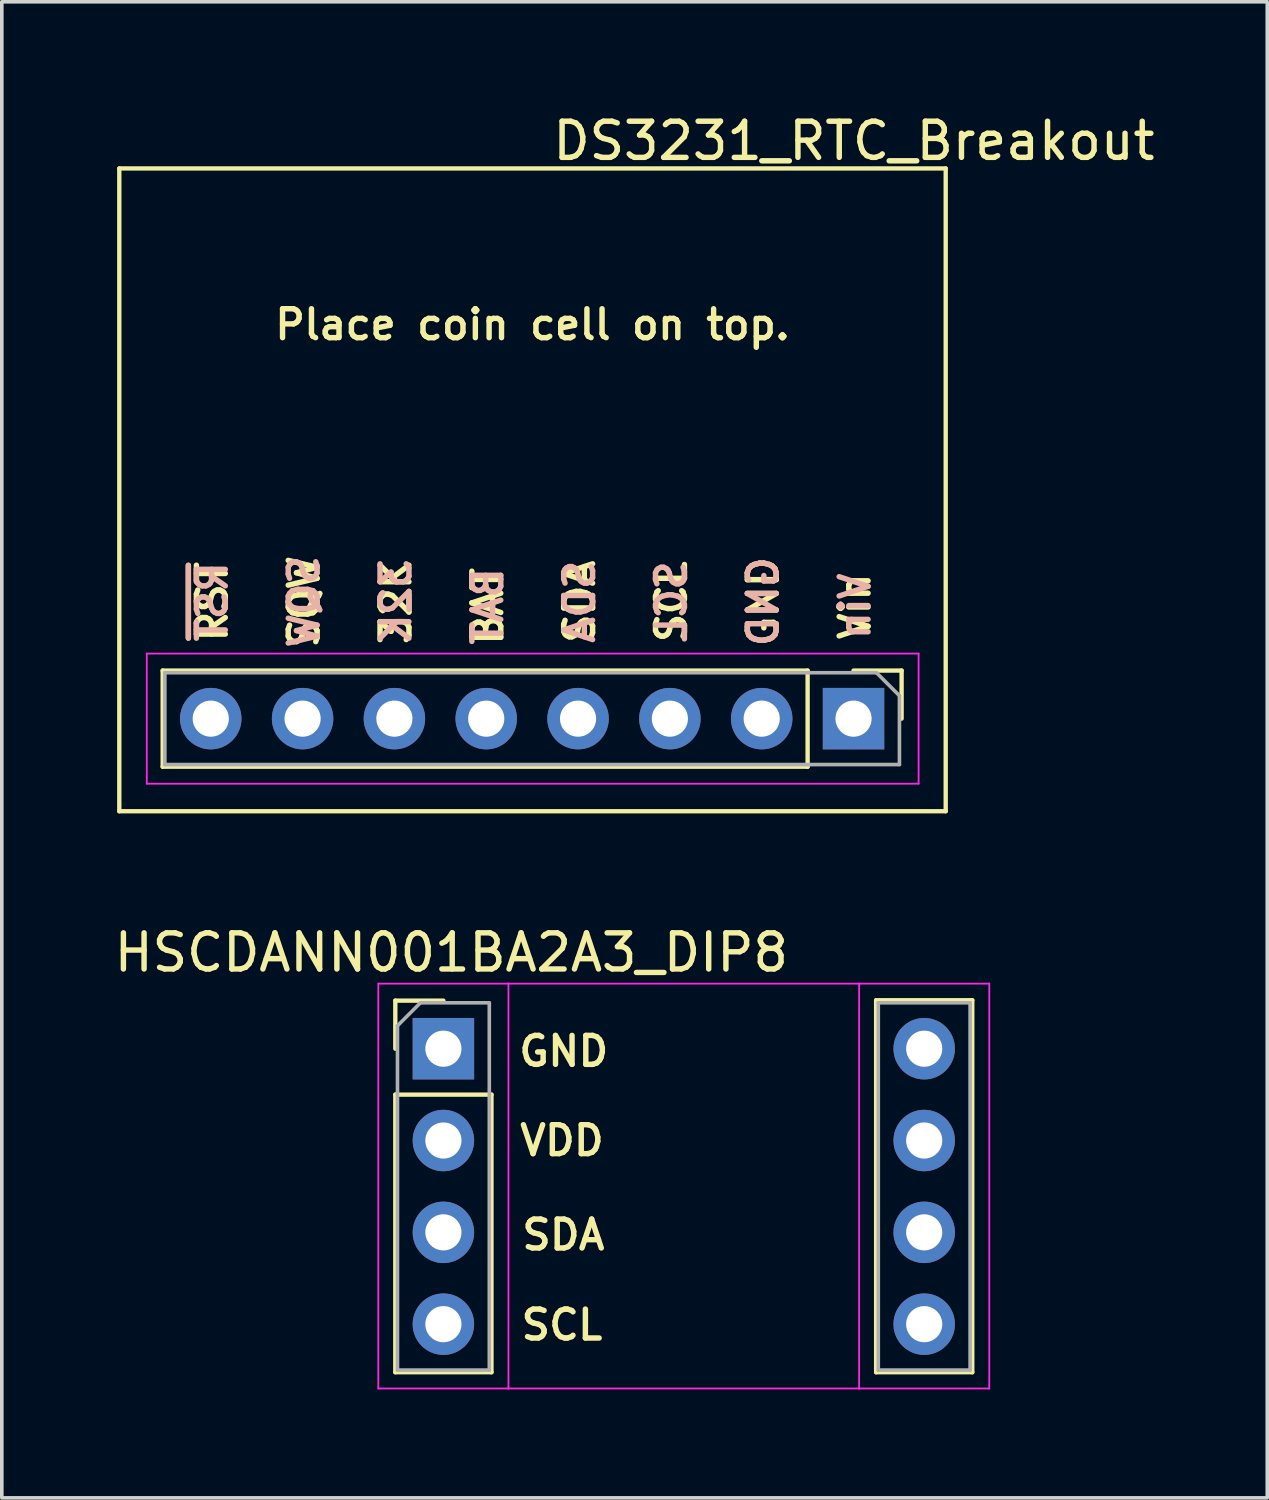
<source format=kicad_pcb>
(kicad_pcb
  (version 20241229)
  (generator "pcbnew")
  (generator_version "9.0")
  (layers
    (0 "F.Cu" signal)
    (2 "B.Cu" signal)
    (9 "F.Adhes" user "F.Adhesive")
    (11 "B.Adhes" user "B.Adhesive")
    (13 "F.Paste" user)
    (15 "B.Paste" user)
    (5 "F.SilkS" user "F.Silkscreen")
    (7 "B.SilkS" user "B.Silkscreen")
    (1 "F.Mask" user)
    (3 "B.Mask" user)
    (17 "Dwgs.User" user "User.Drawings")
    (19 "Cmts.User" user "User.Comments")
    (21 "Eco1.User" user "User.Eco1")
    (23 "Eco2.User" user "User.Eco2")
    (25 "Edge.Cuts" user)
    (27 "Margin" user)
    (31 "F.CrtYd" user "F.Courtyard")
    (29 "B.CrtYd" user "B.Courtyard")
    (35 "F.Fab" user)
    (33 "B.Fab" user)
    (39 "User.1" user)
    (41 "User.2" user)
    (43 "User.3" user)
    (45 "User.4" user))
  (footprint "DS3231_RTC_Breakout"
    (layer "F.Cu")
    (at 0.25 1.61)
    (property "Reference" "DS3231_RTC_Breakout" (at 20.32 -0.762 0) (layer "F.SilkS") (effects (font (size 1 1) (thickness 0.15))))
    (attr through_hole)
    (fp_line (start 0 0) (end 0 17.78) (stroke (width 0.12) (type solid)) (layer "F.SilkS"))
    (fp_line (start 0 0) (end 22.86 0) (stroke (width 0.12) (type solid)) (layer "F.SilkS"))
    (fp_line (start 0 17.78) (end 22.86 17.78) (stroke (width 0.12) (type solid)) (layer "F.SilkS"))
    (fp_line (start 1.2 13.889) (end 1.2 16.549) (stroke (width 0.12) (type solid)) (layer "F.SilkS"))
    (fp_line (start 19.04 13.889) (end 1.2 13.889) (stroke (width 0.12) (type solid)) (layer "F.SilkS"))
    (fp_line (start 19.04 13.889) (end 19.04 16.549) (stroke (width 0.12) (type solid)) (layer "F.SilkS"))
    (fp_line (start 19.04 16.549) (end 1.2 16.549) (stroke (width 0.12) (type solid)) (layer "F.SilkS"))
    (fp_line (start 20.31 13.889) (end 21.64 13.889) (stroke (width 0.12) (type solid)) (layer "F.SilkS"))
    (fp_line (start 21.64 13.889) (end 21.64 15.219) (stroke (width 0.12) (type solid)) (layer "F.SilkS"))
    (fp_line (start 22.86 0) (end 22.86 17.78) (stroke (width 0.12) (type solid)) (layer "F.SilkS"))
    (fp_line (start 0.76 13.419) (end 0.76 17.019) (stroke (width 0.05) (type solid)) (layer "F.CrtYd"))
    (fp_line (start 0.76 17.019) (end 22.11 17.019) (stroke (width 0.05) (type solid)) (layer "F.CrtYd"))
    (fp_line (start 22.11 13.419) (end 0.76 13.419) (stroke (width 0.05) (type solid)) (layer "F.CrtYd"))
    (fp_line (start 22.11 17.019) (end 22.11 13.419) (stroke (width 0.05) (type solid)) (layer "F.CrtYd"))
    (fp_line (start 1.26 13.949) (end 20.945 13.949) (stroke (width 0.1) (type solid)) (layer "F.Fab"))
    (fp_line (start 1.26 16.489) (end 1.26 13.949) (stroke (width 0.1) (type solid)) (layer "F.Fab"))
    (fp_line (start 20.945 13.949) (end 21.58 14.584) (stroke (width 0.1) (type solid)) (layer "F.Fab"))
    (fp_line (start 21.58 14.584) (end 21.58 16.489) (stroke (width 0.1) (type solid)) (layer "F.Fab"))
    (fp_line (start 21.58 16.489) (end 1.26 16.489) (stroke (width 0.1) (type solid)) (layer "F.Fab"))
    (fp_text user "~{RST}" (at 2.57 11.984 90) (layer "F.SilkS") (effects (font (size 0.8 0.8) (thickness 0.15))))
    (fp_text user "Place coin cell on top." (at 11.43 4.318 0) (layer "F.SilkS") (effects (font (size 0.8 0.8) (thickness 0.15))))
    (fp_text user "SCL" (at 15.27 11.984 90) (layer "F.SilkS") (effects (font (size 0.8 0.8) (thickness 0.15))))
    (fp_text user "SDA" (at 12.73 11.984 90) (layer "F.SilkS") (effects (font (size 0.8 0.8) (thickness 0.15))))
    (fp_text user "SQW" (at 5.11 11.984 90) (layer "F.SilkS") (effects (font (size 0.8 0.8) (thickness 0.15))))
    (fp_text user "BAT" (at 10.19 12.111 90) (layer "F.SilkS") (effects (font (size 0.8 0.8) (thickness 0.15))))
    (fp_text user "Vin" (at 20.35 12.111 90) (layer "F.SilkS") (effects (font (size 0.8 0.8) (thickness 0.15))))
    (fp_text user "32K" (at 7.65 11.984 90) (layer "F.SilkS") (effects (font (size 0.8 0.8) (thickness 0.15))))
    (fp_text user "GND" (at 17.81 11.984 90) (layer "F.SilkS") (effects (font (size 0.8 0.8) (thickness 0.15))))
    (fp_text user "GND" (at 17.81 11.984 90) (layer "B.SilkS") (effects (font (size 0.8 0.8) (thickness 0.15)) (justify mirror)))
    (fp_text user "Vin" (at 20.35 12.111 90) (layer "B.SilkS") (effects (font (size 0.8 0.8) (thickness 0.15)) (justify mirror)))
    (fp_text user "~{RST}" (at 2.57 11.984 90) (layer "B.SilkS") (effects (font (size 0.8 0.8) (thickness 0.15)) (justify mirror)))
    (fp_text user "32K" (at 7.65 11.984 90) (layer "B.SilkS") (effects (font (size 0.8 0.8) (thickness 0.15)) (justify mirror)))
    (fp_text user "SCL" (at 15.27 11.984 90) (layer "B.SilkS") (effects (font (size 0.8 0.8) (thickness 0.15)) (justify mirror)))
    (fp_text user "SQW" (at 5.11 11.984 90) (layer "B.SilkS") (effects (font (size 0.8 0.8) (thickness 0.15)) (justify mirror)))
    (fp_text user "SDA" (at 12.73 11.984 90) (layer "B.SilkS") (effects (font (size 0.8 0.8) (thickness 0.15)) (justify mirror)))
    (fp_text user "BAT" (at 10.19 12.111 90) (layer "B.SilkS") (effects (font (size 0.8 0.8) (thickness 0.15)) (justify mirror)))
    (pad "1" thru_hole rect (at 20.31 15.219 270) (size 1.7 1.7) (drill 1) (layers "*.Cu" "*.Mask"))
    (pad "2" thru_hole oval (at 17.77 15.219 270) (size 1.7 1.7) (drill 1) (layers "*.Cu" "*.Mask"))
    (pad "3" thru_hole oval (at 15.23 15.219 270) (size 1.7 1.7) (drill 1) (layers "*.Cu" "*.Mask"))
    (pad "4" thru_hole oval (at 12.69 15.219 270) (size 1.7 1.7) (drill 1) (layers "*.Cu" "*.Mask"))
    (pad "5" thru_hole oval (at 10.15 15.219 270) (size 1.7 1.7) (drill 1) (layers "*.Cu" "*.Mask"))
    (pad "6" thru_hole oval (at 7.61 15.219 270) (size 1.7 1.7) (drill 1) (layers "*.Cu" "*.Mask"))
    (pad "7" thru_hole oval (at 5.07 15.219 270) (size 1.7 1.7) (drill 1) (layers "*.Cu" "*.Mask"))
    (pad "8" thru_hole oval (at 2.53 15.219 270) (size 1.7 1.7) (drill 1) (layers "*.Cu" "*.Mask")))
  (footprint "HSCDANN001BA2A3_DIP8"
    (layer "F.Cu")
    (at 7.415 24.159)
    (property "Reference" "HSCDANN001BA2A3_DIP8" (at 2.02 -0.86 0) (layer "F.SilkS") (effects (font (size 1 1) (thickness 0.15))))
    (attr through_hole)
    (fp_line (start 0.47 0.47) (end 1.8 0.47) (stroke (width 0.12) (type solid)) (layer "F.SilkS"))
    (fp_line (start 0.47 1.8) (end 0.47 0.47) (stroke (width 0.12) (type solid)) (layer "F.SilkS"))
    (fp_line (start 0.47 3.07) (end 0.47 10.75) (stroke (width 0.12) (type solid)) (layer "F.SilkS"))
    (fp_line (start 0.47 3.07) (end 3.13 3.07) (stroke (width 0.12) (type solid)) (layer "F.SilkS"))
    (fp_line (start 0.47 10.75) (end 3.13 10.75) (stroke (width 0.12) (type solid)) (layer "F.SilkS"))
    (fp_line (start 3.13 3.07) (end 3.13 10.75) (stroke (width 0.12) (type solid)) (layer "F.SilkS"))
    (fp_line (start 13.77 0.46) (end 13.77 10.75) (stroke (width 0.12) (type solid)) (layer "F.SilkS"))
    (fp_line (start 13.77 0.46) (end 16.43 0.46) (stroke (width 0.12) (type solid)) (layer "F.SilkS"))
    (fp_line (start 13.77 10.75) (end 16.43 10.75) (stroke (width 0.12) (type solid)) (layer "F.SilkS"))
    (fp_line (start 16.43 0.46) (end 16.43 10.75) (stroke (width 0.12) (type solid)) (layer "F.SilkS"))
    (fp_line (start 0 11.2) (end 0 0) (stroke (width 0.05) (type solid)) (layer "F.CrtYd"))
    (fp_line (start 0 11.2) (end 3.6 11.2) (stroke (width 0.05) (type solid)) (layer "F.CrtYd"))
    (fp_line (start 3.59 0) (end 13.3 0) (stroke (width 0.05) (type solid)) (layer "F.CrtYd"))
    (fp_line (start 3.6 0) (end 0 0) (stroke (width 0.05) (type solid)) (layer "F.CrtYd"))
    (fp_line (start 3.6 11.2) (end 3.6 0) (stroke (width 0.05) (type solid)) (layer "F.CrtYd"))
    (fp_line (start 13.3 0) (end 13.3 11.2) (stroke (width 0.05) (type solid)) (layer "F.CrtYd"))
    (fp_line (start 13.3 11.2) (end 3.6 11.2) (stroke (width 0.05) (type solid)) (layer "F.CrtYd"))
    (fp_line (start 13.3 11.2) (end 16.9 11.2) (stroke (width 0.05) (type solid)) (layer "F.CrtYd"))
    (fp_line (start 16.9 0) (end 13.3 0) (stroke (width 0.05) (type solid)) (layer "F.CrtYd"))
    (fp_line (start 16.9 11.2) (end 16.9 0) (stroke (width 0.05) (type solid)) (layer "F.CrtYd"))
    (fp_line (start 0.53 1.165) (end 1.165 0.53) (stroke (width 0.1) (type solid)) (layer "F.Fab"))
    (fp_line (start 0.53 10.69) (end 0.53 1.165) (stroke (width 0.1) (type solid)) (layer "F.Fab"))
    (fp_line (start 1.165 0.53) (end 3.07 0.53) (stroke (width 0.1) (type solid)) (layer "F.Fab"))
    (fp_line (start 3.07 0.53) (end 3.07 10.69) (stroke (width 0.1) (type solid)) (layer "F.Fab"))
    (fp_line (start 3.07 10.69) (end 0.53 10.69) (stroke (width 0.1) (type solid)) (layer "F.Fab"))
    (fp_line (start 13.83 0.53) (end 16.37 0.53) (stroke (width 0.1) (type solid)) (layer "F.Fab"))
    (fp_line (start 13.83 10.69) (end 13.83 0.53) (stroke (width 0.1) (type solid)) (layer "F.Fab"))
    (fp_line (start 16.37 0.53) (end 16.37 10.69) (stroke (width 0.1) (type solid)) (layer "F.Fab"))
    (fp_line (start 16.37 10.69) (end 13.83 10.69) (stroke (width 0.1) (type solid)) (layer "F.Fab"))
    (fp_text user "SCL" (at 5.08 9.44 0) (layer "F.SilkS") (effects (font (size 0.8 0.8) (thickness 0.15))))
    (fp_text user "SDA" (at 5.12 6.95 0) (layer "F.SilkS") (effects (font (size 0.8 0.8) (thickness 0.15))))
    (fp_text user "VDD" (at 5.08 4.34 0) (layer "F.SilkS") (effects (font (size 0.8 0.8) (thickness 0.15))))
    (fp_text user "GND" (at 5.13 1.87 0) (layer "F.SilkS") (effects (font (size 0.8 0.8) (thickness 0.15))))
    (pad "1" thru_hole rect (at 1.8 1.8) (size 1.7 1.7) (drill 1) (layers "*.Cu" "*.Mask"))
    (pad "2" thru_hole oval (at 1.8 4.34) (size 1.7 1.7) (drill 1) (layers "*.Cu" "*.Mask"))
    (pad "3" thru_hole oval (at 1.8 6.88) (size 1.7 1.7) (drill 1) (layers "*.Cu" "*.Mask"))
    (pad "4" thru_hole oval (at 1.8 9.42) (size 1.7 1.7) (drill 1) (layers "*.Cu" "*.Mask"))
    (pad "5" thru_hole oval (at 15.1 9.42) (size 1.7 1.7) (drill 1) (layers "*.Cu" "*.Mask"))
    (pad "6" thru_hole oval (at 15.1 6.88) (size 1.7 1.7) (drill 1) (layers "*.Cu" "*.Mask"))
    (pad "7" thru_hole oval (at 15.1 4.34) (size 1.7 1.7) (drill 1) (layers "*.Cu" "*.Mask"))
    (pad "8" thru_hole oval (at 15.1 1.8) (size 1.7 1.7) (drill 1) (layers "*.Cu" "*.Mask")))
  (gr_rect
    (start -3 -3)
    (end 32.005 38.383)
    (stroke (width 0.1) (type default))
    (fill no)
    (layer "Edge.Cuts")))
</source>
